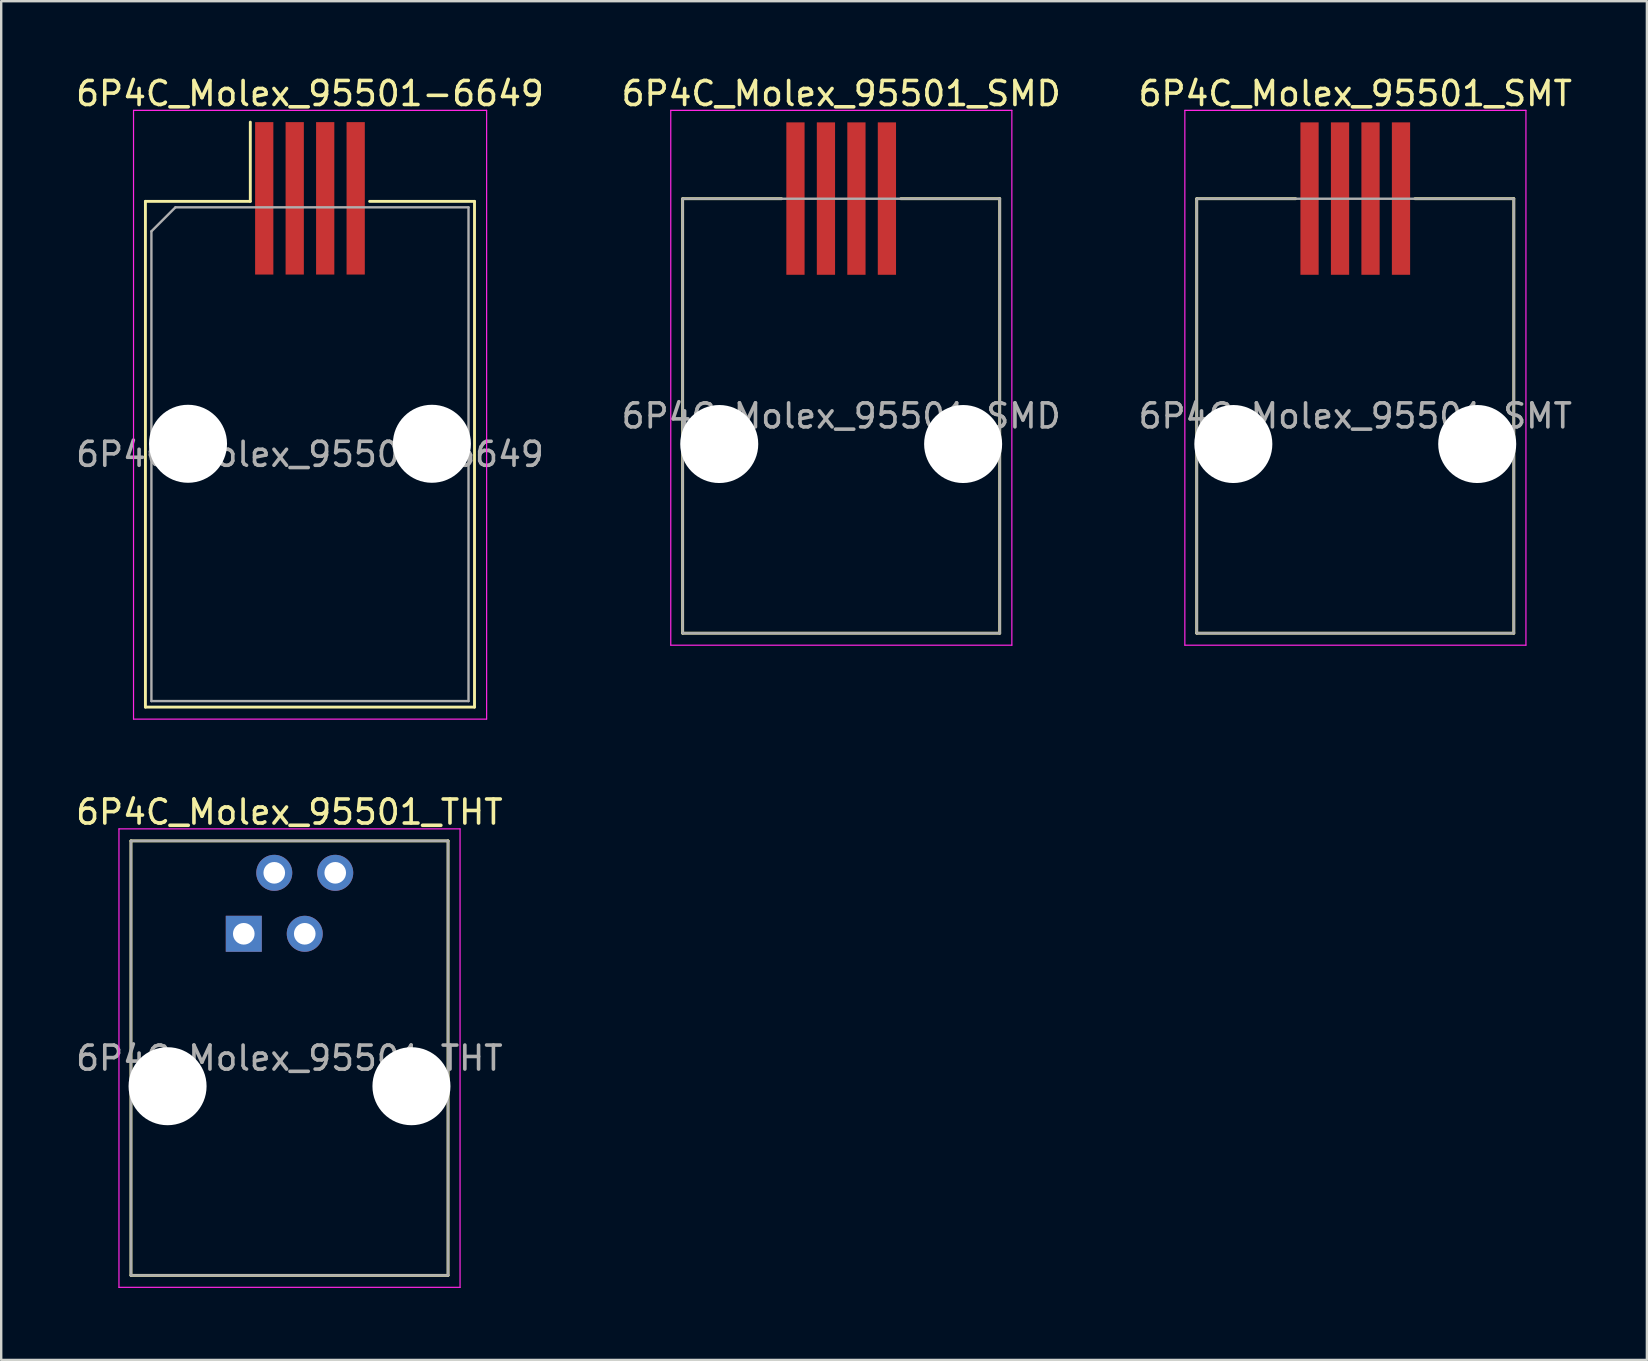
<source format=kicad_pcb>
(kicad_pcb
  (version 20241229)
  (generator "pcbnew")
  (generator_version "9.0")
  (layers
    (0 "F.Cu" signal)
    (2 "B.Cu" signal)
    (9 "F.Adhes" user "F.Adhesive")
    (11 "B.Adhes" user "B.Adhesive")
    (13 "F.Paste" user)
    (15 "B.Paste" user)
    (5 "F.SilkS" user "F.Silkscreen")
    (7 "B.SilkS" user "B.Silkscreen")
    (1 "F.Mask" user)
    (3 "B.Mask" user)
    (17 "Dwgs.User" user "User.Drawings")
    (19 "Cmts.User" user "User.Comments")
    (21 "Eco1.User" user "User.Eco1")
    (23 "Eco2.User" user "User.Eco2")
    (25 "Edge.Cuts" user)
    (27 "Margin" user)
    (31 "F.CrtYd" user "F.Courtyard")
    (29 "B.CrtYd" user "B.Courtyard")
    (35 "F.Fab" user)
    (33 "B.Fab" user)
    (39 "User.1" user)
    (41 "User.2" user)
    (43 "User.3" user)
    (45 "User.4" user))
  (footprint "6P4C_Molex_95501-6649"
    (layer "F.Cu")
    (at 9.863 15.438)
    (property "Reference" "6P4C_Molex_95501-6649" (at 0 -14.59 0) (layer "F.SilkS") (effects (font (size 1 1) (thickness 0.15))))
    (attr smd)
    (fp_line (start -6.855 -10.1) (end -6.855 10.97) (stroke (width 0.12) (type solid)) (layer "F.SilkS"))
    (fp_line (start -6.855 10.97) (end 6.855 10.97) (stroke (width 0.12) (type solid)) (layer "F.SilkS"))
    (fp_line (start -2.485 -13.4) (end -2.485 -10.1) (stroke (width 0.12) (type solid)) (layer "F.SilkS"))
    (fp_line (start -2.485 -10.1) (end -6.855 -10.1) (stroke (width 0.12) (type solid)) (layer "F.SilkS"))
    (fp_line (start 6.855 -10.1) (end 2.485 -10.1) (stroke (width 0.12) (type solid)) (layer "F.SilkS"))
    (fp_line (start 6.855 10.97) (end 6.855 -10.1) (stroke (width 0.12) (type solid)) (layer "F.SilkS"))
    (fp_line (start -7.35 -13.89) (end -7.35 11.47) (stroke (width 0.05) (type solid)) (layer "F.CrtYd"))
    (fp_line (start -7.35 11.47) (end 7.36 11.47) (stroke (width 0.05) (type solid)) (layer "F.CrtYd"))
    (fp_line (start 7.36 -13.89) (end -7.35 -13.89) (stroke (width 0.05) (type solid)) (layer "F.CrtYd"))
    (fp_line (start 7.36 11.47) (end 7.36 -13.89) (stroke (width 0.05) (type solid)) (layer "F.CrtYd"))
    (fp_line (start -6.605 -8.85) (end -6.605 10.72) (stroke (width 0.1) (type solid)) (layer "F.Fab"))
    (fp_line (start -6.605 10.72) (end 6.605 10.72) (stroke (width 0.1) (type solid)) (layer "F.Fab"))
    (fp_line (start -5.605 -9.85) (end -6.605 -8.85) (stroke (width 0.1) (type solid)) (layer "F.Fab"))
    (fp_line (start 6.605 -9.85) (end -5.605 -9.85) (stroke (width 0.1) (type solid)) (layer "F.Fab"))
    (fp_line (start 6.605 10.72) (end 6.605 -9.85) (stroke (width 0.1) (type solid)) (layer "F.Fab"))
    (fp_text user "${REFERENCE}" (at 0 0.44 0) (layer "F.Fab") (effects (font (size 1 1) (thickness 0.15))))
    (pad "" np_thru_hole circle (at -5.08 0) (size 3.25 3.25) (drill 3.25) (layers "*.Cu" "*.Mask"))
    (pad "" np_thru_hole circle (at 5.08 0) (size 3.25 3.25) (drill 3.25) (layers "*.Cu" "*.Mask"))
    (pad "1" smd rect (at -1.905 -10.225) (size 0.76 6.35) (layers "F.Cu" "F.Mask" "F.Paste"))
    (pad "2" smd rect (at -0.635 -10.225) (size 0.76 6.35) (layers "F.Cu" "F.Mask" "F.Paste"))
    (pad "3" smd rect (at 0.635 -10.225) (size 0.76 6.35) (layers "F.Cu" "F.Mask" "F.Paste"))
    (pad "4" smd rect (at 1.905 -10.225) (size 0.76 6.35) (layers "F.Cu" "F.Mask" "F.Paste")))
  (footprint "6P4C_Molex_95501_SMT"
    (layer "F.Cu")
    (at 53.411 12.688)
    (property "Reference" "6P4C_Molex_95501_SMT" (at 0 -11.84 0) (layer "F.SilkS") (effects (font (size 1 1) (thickness 0.15))))
    (attr smd)
    (fp_line (start -6.605 -7.46) (end -6.605 10.64) (stroke (width 0.12) (type solid)) (layer "F.SilkS"))
    (fp_line (start -6.605 10.64) (end 6.605 10.64) (stroke (width 0.12) (type solid)) (layer "F.SilkS"))
    (fp_line (start -2.485 -7.46) (end -6.605 -7.46) (stroke (width 0.12) (type solid)) (layer "F.SilkS"))
    (fp_line (start 6.605 -7.46) (end 2.485 -7.46) (stroke (width 0.12) (type solid)) (layer "F.SilkS"))
    (fp_line (start 6.605 10.64) (end 6.605 -7.46) (stroke (width 0.12) (type solid)) (layer "F.SilkS"))
    (fp_line (start -7.1 -11.14) (end -7.1 11.14) (stroke (width 0.05) (type solid)) (layer "F.CrtYd"))
    (fp_line (start -7.1 11.14) (end 7.11 11.14) (stroke (width 0.05) (type solid)) (layer "F.CrtYd"))
    (fp_line (start 7.11 -11.14) (end -7.1 -11.14) (stroke (width 0.05) (type solid)) (layer "F.CrtYd"))
    (fp_line (start 7.11 11.14) (end 7.11 -11.14) (stroke (width 0.05) (type solid)) (layer "F.CrtYd"))
    (fp_line (start -6.605 -7.46) (end -6.605 10.64) (stroke (width 0.1) (type solid)) (layer "F.Fab"))
    (fp_line (start -6.605 10.64) (end 6.605 10.64) (stroke (width 0.1) (type solid)) (layer "F.Fab"))
    (fp_line (start 6.605 -7.46) (end -6.605 -7.46) (stroke (width 0.1) (type solid)) (layer "F.Fab"))
    (fp_line (start 6.605 10.64) (end 6.605 -7.46) (stroke (width 0.1) (type solid)) (layer "F.Fab"))
    (fp_text user "${REFERENCE}" (at 0 1.59 0) (layer "F.Fab") (effects (font (size 1 1) (thickness 0.15))))
    (pad "" np_thru_hole circle (at -5.08 2.76) (size 3.25 3.25) (drill 3.25) (layers "*.Cu" "*.Mask"))
    (pad "" np_thru_hole circle (at 5.08 2.76) (size 3.25 3.25) (drill 3.25) (layers "*.Cu" "*.Mask"))
    (pad "1" smd rect (at -1.905 -7.465) (size 0.76 6.35) (layers "F.Cu" "F.Mask" "F.Paste"))
    (pad "2" smd rect (at -0.635 -7.465) (size 0.76 6.35) (layers "F.Cu" "F.Mask" "F.Paste"))
    (pad "3" smd rect (at 0.635 -7.465) (size 0.76 6.35) (layers "F.Cu" "F.Mask" "F.Paste"))
    (pad "4" smd rect (at 1.905 -7.465) (size 0.76 6.35) (layers "F.Cu" "F.Mask" "F.Paste")))
  (footprint "6P4C_Molex_95501_SMD"
    (layer "F.Cu")
    (at 31.994 12.688)
    (property "Reference" "6P4C_Molex_95501_SMD" (at 0 -11.84 0) (layer "F.SilkS") (effects (font (size 1 1) (thickness 0.15))))
    (attr smd)
    (fp_line (start -6.605 -7.46) (end -6.605 10.64) (stroke (width 0.12) (type solid)) (layer "F.SilkS"))
    (fp_line (start -6.605 10.64) (end 6.605 10.64) (stroke (width 0.12) (type solid)) (layer "F.SilkS"))
    (fp_line (start -2.485 -7.46) (end -6.605 -7.46) (stroke (width 0.12) (type solid)) (layer "F.SilkS"))
    (fp_line (start 6.605 -7.46) (end 2.485 -7.46) (stroke (width 0.12) (type solid)) (layer "F.SilkS"))
    (fp_line (start 6.605 10.64) (end 6.605 -7.46) (stroke (width 0.12) (type solid)) (layer "F.SilkS"))
    (fp_line (start -7.1 -11.14) (end -7.1 11.14) (stroke (width 0.05) (type solid)) (layer "F.CrtYd"))
    (fp_line (start -7.1 11.14) (end 7.11 11.14) (stroke (width 0.05) (type solid)) (layer "F.CrtYd"))
    (fp_line (start 7.11 -11.14) (end -7.1 -11.14) (stroke (width 0.05) (type solid)) (layer "F.CrtYd"))
    (fp_line (start 7.11 11.14) (end 7.11 -11.14) (stroke (width 0.05) (type solid)) (layer "F.CrtYd"))
    (fp_line (start -6.605 -7.46) (end -6.605 10.64) (stroke (width 0.1) (type solid)) (layer "F.Fab"))
    (fp_line (start -6.605 10.64) (end 6.605 10.64) (stroke (width 0.1) (type solid)) (layer "F.Fab"))
    (fp_line (start 6.605 -7.46) (end -6.605 -7.46) (stroke (width 0.1) (type solid)) (layer "F.Fab"))
    (fp_line (start 6.605 10.64) (end 6.605 -7.46) (stroke (width 0.1) (type solid)) (layer "F.Fab"))
    (fp_text user "${REFERENCE}" (at 0 1.59 0) (layer "F.Fab") (effects (font (size 1 1) (thickness 0.15))))
    (pad "" np_thru_hole circle (at -5.08 2.76) (size 3.25 3.25) (drill 3.25) (layers "*.Cu" "*.Mask"))
    (pad "" np_thru_hole circle (at 5.08 2.76) (size 3.25 3.25) (drill 3.25) (layers "*.Cu" "*.Mask"))
    (pad "1" smd rect (at -1.905 -7.465) (size 0.76 6.35) (layers "F.Cu" "F.Mask" "F.Paste"))
    (pad "2" smd rect (at -0.635 -7.465) (size 0.76 6.35) (layers "F.Cu" "F.Mask" "F.Paste"))
    (pad "3" smd rect (at 0.635 -7.465) (size 0.76 6.35) (layers "F.Cu" "F.Mask" "F.Paste"))
    (pad "4" smd rect (at 1.905 -7.465) (size 0.76 6.35) (layers "F.Cu" "F.Mask" "F.Paste")))
  (footprint "6P4C_Molex_95501_THT"
    (layer "F.Cu")
    (at 7.106 35.852)
    (property "Reference" "6P4C_Molex_95501_THT" (at 1.9 -5.07 0) (layer "F.SilkS") (effects (font (size 1 1) (thickness 0.15))))
    (attr through_hole)
    (fp_line (start -4.7 -3.87) (end -4.7 14.23) (stroke (width 0.12) (type solid)) (layer "F.SilkS"))
    (fp_line (start -4.7 14.23) (end 8.51 14.23) (stroke (width 0.12) (type solid)) (layer "F.SilkS"))
    (fp_line (start 8.51 -3.87) (end -4.7 -3.87) (stroke (width 0.12) (type solid)) (layer "F.SilkS"))
    (fp_line (start 8.51 14.23) (end 8.51 -3.87) (stroke (width 0.12) (type solid)) (layer "F.SilkS"))
    (fp_line (start -5.2 -4.37) (end -5.2 14.73) (stroke (width 0.05) (type solid)) (layer "F.CrtYd"))
    (fp_line (start -5.2 14.73) (end 9.01 14.73) (stroke (width 0.05) (type solid)) (layer "F.CrtYd"))
    (fp_line (start 9.01 -4.37) (end -5.2 -4.37) (stroke (width 0.05) (type solid)) (layer "F.CrtYd"))
    (fp_line (start 9.01 14.73) (end 9.01 -4.37) (stroke (width 0.05) (type solid)) (layer "F.CrtYd"))
    (fp_line (start -4.7 -3.87) (end -4.7 14.23) (stroke (width 0.1) (type solid)) (layer "F.Fab"))
    (fp_line (start -4.7 14.23) (end 8.51 14.23) (stroke (width 0.1) (type solid)) (layer "F.Fab"))
    (fp_line (start 8.51 -3.87) (end -4.7 -3.87) (stroke (width 0.1) (type solid)) (layer "F.Fab"))
    (fp_line (start 8.51 14.23) (end 8.51 -3.87) (stroke (width 0.1) (type solid)) (layer "F.Fab"))
    (fp_text user "${REFERENCE}" (at 1.9 5.18 0) (layer "F.Fab") (effects (font (size 1 1) (thickness 0.15))))
    (pad "" np_thru_hole circle (at -3.175 6.35) (size 3.25 3.25) (drill 3.25) (layers "*.Cu" "*.Mask"))
    (pad "" np_thru_hole circle (at 6.985 6.35) (size 3.25 3.25) (drill 3.25) (layers "*.Cu" "*.Mask"))
    (pad "1" thru_hole rect (at 0 0) (size 1.5 1.5) (drill 0.9) (layers "*.Cu" "*.Mask"))
    (pad "2" thru_hole circle (at 1.27 -2.54) (size 1.5 1.5) (drill 0.9) (layers "*.Cu" "*.Mask"))
    (pad "3" thru_hole circle (at 2.54 0) (size 1.5 1.5) (drill 0.9) (layers "*.Cu" "*.Mask"))
    (pad "4" thru_hole circle (at 3.81 -2.54) (size 1.5 1.5) (drill 0.9) (layers "*.Cu" "*.Mask")))
  (gr_rect
    (start -3 -3)
    (end 65.56 53.606)
    (stroke (width 0.1) (type default))
    (fill no)
    (layer "Edge.Cuts")))
</source>
